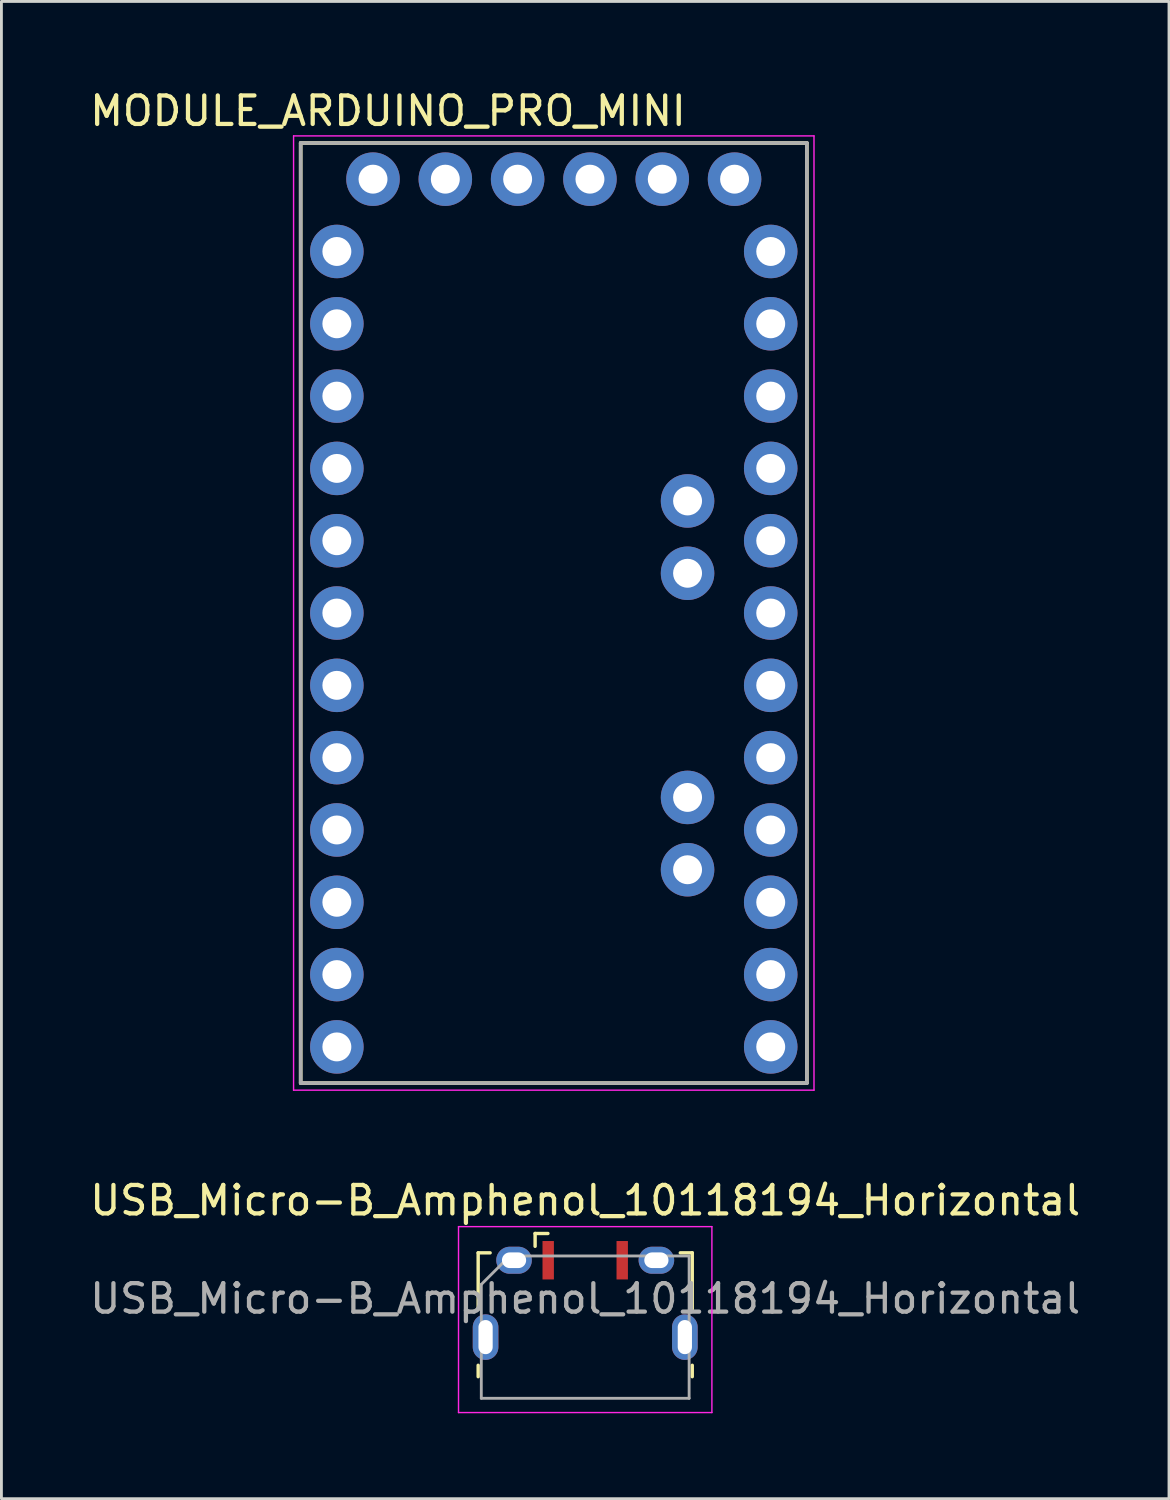
<source format=kicad_pcb>
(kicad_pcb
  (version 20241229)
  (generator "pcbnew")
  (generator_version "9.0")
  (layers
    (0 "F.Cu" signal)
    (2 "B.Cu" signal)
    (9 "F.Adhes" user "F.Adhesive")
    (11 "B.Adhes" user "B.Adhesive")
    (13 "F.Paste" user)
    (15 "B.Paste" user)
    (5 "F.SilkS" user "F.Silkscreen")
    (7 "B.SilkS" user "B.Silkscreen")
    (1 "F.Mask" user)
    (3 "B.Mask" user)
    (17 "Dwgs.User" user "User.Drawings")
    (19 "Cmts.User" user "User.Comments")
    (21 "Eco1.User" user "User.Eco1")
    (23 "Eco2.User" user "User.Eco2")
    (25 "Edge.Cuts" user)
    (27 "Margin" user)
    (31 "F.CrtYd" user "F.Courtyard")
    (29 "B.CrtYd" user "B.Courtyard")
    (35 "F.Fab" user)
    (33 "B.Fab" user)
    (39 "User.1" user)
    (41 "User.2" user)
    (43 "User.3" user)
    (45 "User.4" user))
  (footprint "MODULE_ARDUINO_PRO_MINI"
    (layer "F.Cu")
    (at 16.402 18.483)
    (property "Reference" "MODULE_ARDUINO_PRO_MINI" (at -5.825 -17.635 0) (layer "F.SilkS") (effects (font (size 1 1) (thickness 0.15))))
    (attr through_hole)
    (fp_line (start -8.89 -16.51) (end -8.89 16.51) (stroke (width 0.127) (type solid)) (layer "F.SilkS"))
    (fp_line (start -8.89 16.51) (end 8.89 16.51) (stroke (width 0.127) (type solid)) (layer "F.SilkS"))
    (fp_line (start 8.89 -16.51) (end -8.89 -16.51) (stroke (width 0.127) (type solid)) (layer "F.SilkS"))
    (fp_line (start 8.89 16.51) (end 8.89 -16.51) (stroke (width 0.127) (type solid)) (layer "F.SilkS"))
    (fp_line (start -9.14 -16.76) (end 9.14 -16.76) (stroke (width 0.05) (type solid)) (layer "F.CrtYd"))
    (fp_line (start -9.14 16.76) (end -9.14 -16.76) (stroke (width 0.05) (type solid)) (layer "F.CrtYd"))
    (fp_line (start 9.14 -16.76) (end 9.14 16.76) (stroke (width 0.05) (type solid)) (layer "F.CrtYd"))
    (fp_line (start 9.14 16.76) (end -9.14 16.76) (stroke (width 0.05) (type solid)) (layer "F.CrtYd"))
    (fp_line (start -8.89 -16.51) (end -8.89 16.51) (stroke (width 0.127) (type solid)) (layer "F.Fab"))
    (fp_line (start -8.89 16.51) (end 8.89 16.51) (stroke (width 0.127) (type solid)) (layer "F.Fab"))
    (fp_line (start 8.89 -16.51) (end -8.89 -16.51) (stroke (width 0.127) (type solid)) (layer "F.Fab"))
    (fp_line (start 8.89 16.51) (end 8.89 -16.51) (stroke (width 0.127) (type solid)) (layer "F.Fab"))
    (pad "JP1_1" thru_hole circle (at 6.35 -15.24) (size 1.88 1.88) (drill 1.016) (layers "*.Cu" "*.Mask"))
    (pad "JP1_2" thru_hole circle (at 3.81 -15.24) (size 1.88 1.88) (drill 1.016) (layers "*.Cu" "*.Mask"))
    (pad "JP1_3" thru_hole circle (at 1.27 -15.24) (size 1.88 1.88) (drill 1.016) (layers "*.Cu" "*.Mask"))
    (pad "JP1_4" thru_hole circle (at -1.27 -15.24) (size 1.88 1.88) (drill 1.016) (layers "*.Cu" "*.Mask"))
    (pad "JP1_5" thru_hole circle (at -3.81 -15.24) (size 1.88 1.88) (drill 1.016) (layers "*.Cu" "*.Mask"))
    (pad "JP1_6" thru_hole circle (at -6.35 -15.24) (size 1.88 1.88) (drill 1.016) (layers "*.Cu" "*.Mask"))
    (pad "JP2_1" thru_hole circle (at 4.699 -1.397) (size 1.88 1.88) (drill 1.016) (layers "*.Cu" "*.Mask"))
    (pad "JP2_2" thru_hole circle (at 4.699 -3.937) (size 1.88 1.88) (drill 1.016) (layers "*.Cu" "*.Mask"))
    (pad "JP3_1" thru_hole circle (at 4.699 9.017) (size 1.88 1.88) (drill 1.016) (layers "*.Cu" "*.Mask"))
    (pad "JP3_2" thru_hole circle (at 4.699 6.477) (size 1.88 1.88) (drill 1.016) (layers "*.Cu" "*.Mask"))
    (pad "JP6_1" thru_hole circle (at 7.62 -12.7) (size 1.88 1.88) (drill 1.016) (layers "*.Cu" "*.Mask"))
    (pad "JP6_2" thru_hole circle (at 7.62 -10.16) (size 1.88 1.88) (drill 1.016) (layers "*.Cu" "*.Mask"))
    (pad "JP6_3" thru_hole circle (at 7.62 -7.62) (size 1.88 1.88) (drill 1.016) (layers "*.Cu" "*.Mask"))
    (pad "JP6_4" thru_hole circle (at 7.62 -5.08) (size 1.88 1.88) (drill 1.016) (layers "*.Cu" "*.Mask"))
    (pad "JP6_5" thru_hole circle (at 7.62 -2.54) (size 1.88 1.88) (drill 1.016) (layers "*.Cu" "*.Mask"))
    (pad "JP6_6" thru_hole circle (at 7.62 0) (size 1.88 1.88) (drill 1.016) (layers "*.Cu" "*.Mask"))
    (pad "JP6_7" thru_hole circle (at 7.62 2.54) (size 1.88 1.88) (drill 1.016) (layers "*.Cu" "*.Mask"))
    (pad "JP6_8" thru_hole circle (at 7.62 5.08) (size 1.88 1.88) (drill 1.016) (layers "*.Cu" "*.Mask"))
    (pad "JP6_9" thru_hole circle (at 7.62 7.62) (size 1.88 1.88) (drill 1.016) (layers "*.Cu" "*.Mask"))
    (pad "JP6_10" thru_hole circle (at 7.62 10.16) (size 1.88 1.88) (drill 1.016) (layers "*.Cu" "*.Mask"))
    (pad "JP6_11" thru_hole circle (at 7.62 12.7) (size 1.88 1.88) (drill 1.016) (layers "*.Cu" "*.Mask"))
    (pad "JP6_12" thru_hole circle (at 7.62 15.24) (size 1.88 1.88) (drill 1.016) (layers "*.Cu" "*.Mask"))
    (pad "JP7_1" thru_hole circle (at -7.62 15.24) (size 1.88 1.88) (drill 1.016) (layers "*.Cu" "*.Mask"))
    (pad "JP7_2" thru_hole circle (at -7.62 12.7) (size 1.88 1.88) (drill 1.016) (layers "*.Cu" "*.Mask"))
    (pad "JP7_3" thru_hole circle (at -7.62 10.16) (size 1.88 1.88) (drill 1.016) (layers "*.Cu" "*.Mask"))
    (pad "JP7_4" thru_hole circle (at -7.62 7.62) (size 1.88 1.88) (drill 1.016) (layers "*.Cu" "*.Mask"))
    (pad "JP7_5" thru_hole circle (at -7.62 5.08) (size 1.88 1.88) (drill 1.016) (layers "*.Cu" "*.Mask"))
    (pad "JP7_6" thru_hole circle (at -7.62 2.54) (size 1.88 1.88) (drill 1.016) (layers "*.Cu" "*.Mask"))
    (pad "JP7_7" thru_hole circle (at -7.62 0) (size 1.88 1.88) (drill 1.016) (layers "*.Cu" "*.Mask"))
    (pad "JP7_8" thru_hole circle (at -7.62 -2.54) (size 1.88 1.88) (drill 1.016) (layers "*.Cu" "*.Mask"))
    (pad "JP7_9" thru_hole circle (at -7.62 -5.08) (size 1.88 1.88) (drill 1.016) (layers "*.Cu" "*.Mask"))
    (pad "JP7_10" thru_hole circle (at -7.62 -7.62) (size 1.88 1.88) (drill 1.016) (layers "*.Cu" "*.Mask"))
    (pad "JP7_11" thru_hole circle (at -7.62 -10.16) (size 1.88 1.88) (drill 1.016) (layers "*.Cu" "*.Mask"))
    (pad "JP7_12" thru_hole circle (at -7.62 -12.7) (size 1.88 1.88) (drill 1.016) (layers "*.Cu" "*.Mask")))
  (footprint "USB_Micro-B_Amphenol_10118194_Horizontal"
    (layer "F.Cu")
    (at 17.506 42.617)
    (property "Reference" "USB_Micro-B_Amphenol_10118194_Horizontal" (at 0 -3.5 0) (layer "F.SilkS") (effects (font (size 1 1) (thickness 0.15))))
    (attr smd)
    (fp_line (start -3.76 -1.66) (end -3.34 -1.66) (stroke (width 0.12) (type solid)) (layer "F.SilkS"))
    (fp_line (start -3.76 0.32) (end -3.76 -1.66) (stroke (width 0.12) (type solid)) (layer "F.SilkS"))
    (fp_line (start -3.76 2.69) (end -3.76 2.29) (stroke (width 0.12) (type solid)) (layer "F.SilkS"))
    (fp_line (start -1.76 -1.89) (end -1.76 -2.34) (stroke (width 0.12) (type solid)) (layer "F.SilkS"))
    (fp_line (start -1.31 -2.34) (end -1.76 -2.34) (stroke (width 0.12) (type solid)) (layer "F.SilkS"))
    (fp_line (start 3.76 -1.66) (end 3.34 -1.66) (stroke (width 0.12) (type solid)) (layer "F.SilkS"))
    (fp_line (start 3.76 0.32) (end 3.76 -1.66) (stroke (width 0.12) (type solid)) (layer "F.SilkS"))
    (fp_line (start 3.76 2.29) (end 3.76 2.69) (stroke (width 0.12) (type solid)) (layer "F.SilkS"))
    (fp_line (start -4.45 -2.58) (end -4.45 3.95) (stroke (width 0.05) (type solid)) (layer "F.CrtYd"))
    (fp_line (start -4.45 -2.58) (end 4.45 -2.58) (stroke (width 0.05) (type solid)) (layer "F.CrtYd"))
    (fp_line (start -4.45 3.95) (end 4.45 3.95) (stroke (width 0.05) (type solid)) (layer "F.CrtYd"))
    (fp_line (start 4.45 -2.58) (end 4.45 3.95) (stroke (width 0.05) (type solid)) (layer "F.CrtYd"))
    (fp_line (start -3.65 -0.55) (end -2.65 -1.55) (stroke (width 0.1) (type solid)) (layer "F.Fab"))
    (fp_line (start -3.65 3.45) (end -3.65 -0.55) (stroke (width 0.1) (type solid)) (layer "F.Fab"))
    (fp_line (start -2.65 -1.55) (end 3.65 -1.55) (stroke (width 0.1) (type solid)) (layer "F.Fab"))
    (fp_line (start 3.65 -1.55) (end 3.65 3.45) (stroke (width 0.1) (type solid)) (layer "F.Fab"))
    (fp_line (start 3.65 3.45) (end -3.65 3.45) (stroke (width 0.1) (type solid)) (layer "F.Fab"))
    (fp_text user "${REFERENCE}" (at 0 -0.05 0) (layer "F.Fab") (effects (font (size 1 1) (thickness 0.15))))
    (pad "" thru_hole oval (at -3.5 1.3) (size 0.9 1.6) (drill oval 0.5 1.2) (layers "*.Cu" "*.Mask"))
    (pad "" thru_hole oval (at -2.5 -1.4) (size 1.25 0.95) (drill oval 0.85 0.55) (layers "*.Cu" "*.Mask"))
    (pad "" thru_hole oval (at 2.5 -1.4) (size 1.25 0.95) (drill oval 0.85 0.55) (layers "*.Cu" "*.Mask"))
    (pad "" thru_hole oval (at 3.5 1.3) (size 0.9 1.6) (drill oval 0.5 1.2) (layers "*.Cu" "*.Mask"))
    (pad "1" smd rect (at -1.3 -1.4) (size 0.4 1.35) (layers "F.Cu" "F.Mask" "F.Paste"))
    (pad "5" smd rect (at 1.3 -1.4) (size 0.4 1.35) (layers "F.Cu" "F.Mask" "F.Paste")))
  (gr_rect
    (start -3 -3)
    (end 38.012 49.592)
    (stroke (width 0.1) (type default))
    (fill no)
    (layer "Edge.Cuts")))
</source>
